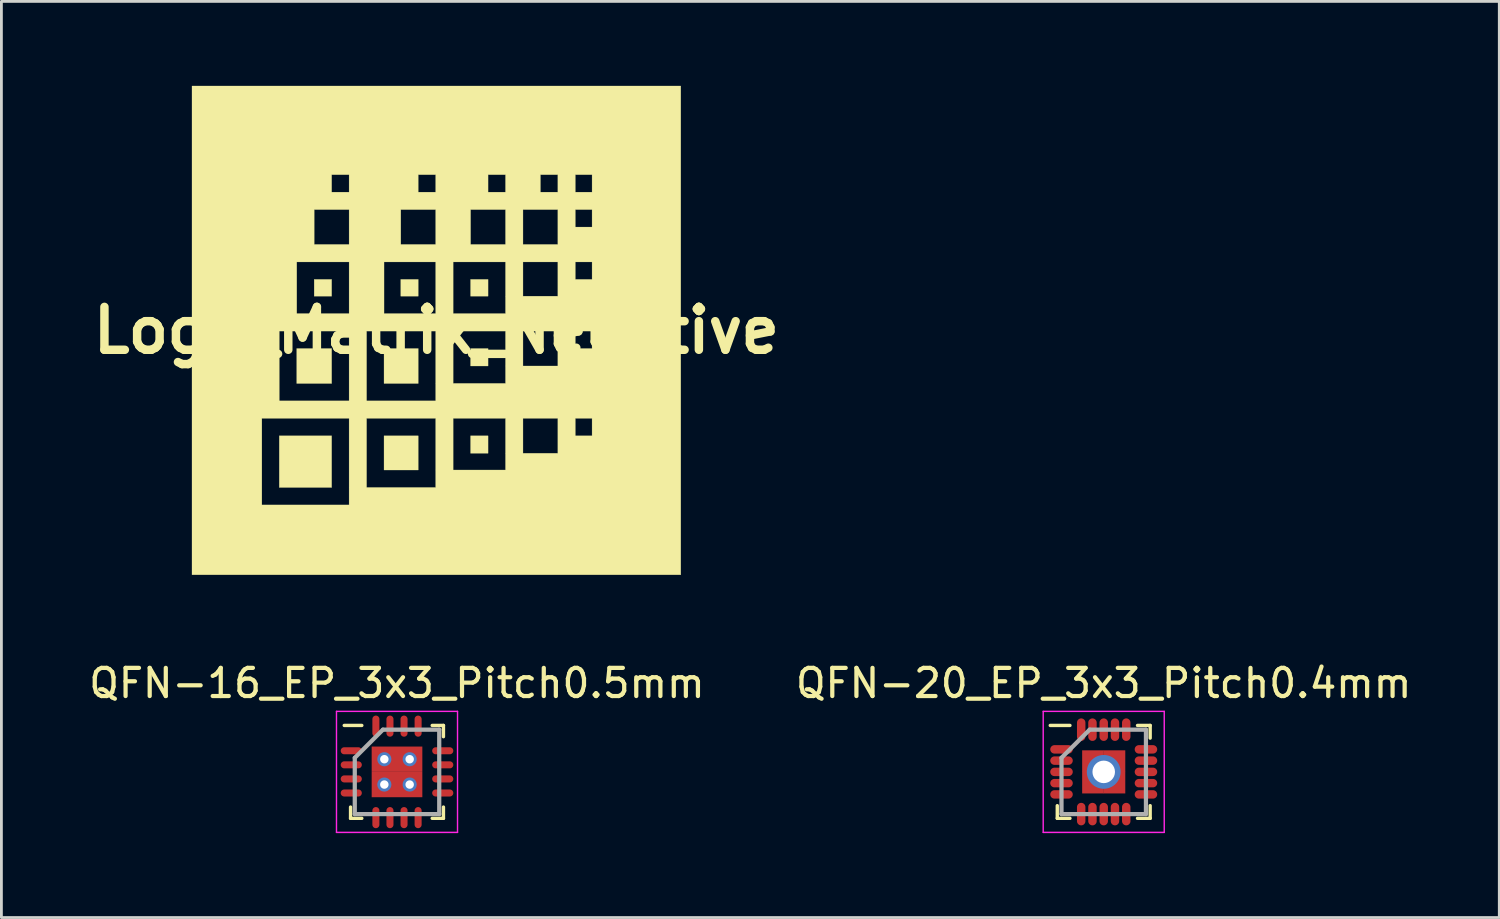
<source format=kicad_pcb>
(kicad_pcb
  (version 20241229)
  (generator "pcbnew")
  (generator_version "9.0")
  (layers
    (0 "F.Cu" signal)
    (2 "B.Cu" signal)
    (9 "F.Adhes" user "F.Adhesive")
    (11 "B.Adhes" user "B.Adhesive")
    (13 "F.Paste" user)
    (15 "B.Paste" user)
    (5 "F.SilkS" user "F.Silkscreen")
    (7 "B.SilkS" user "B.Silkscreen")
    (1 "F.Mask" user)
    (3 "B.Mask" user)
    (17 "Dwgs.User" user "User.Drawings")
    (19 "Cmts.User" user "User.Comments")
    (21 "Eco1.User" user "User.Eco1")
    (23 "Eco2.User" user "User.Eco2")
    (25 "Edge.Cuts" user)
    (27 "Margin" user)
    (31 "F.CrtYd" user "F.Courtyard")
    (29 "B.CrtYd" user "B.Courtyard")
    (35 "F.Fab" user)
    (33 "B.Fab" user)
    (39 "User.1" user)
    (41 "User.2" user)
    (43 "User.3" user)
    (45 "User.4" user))
  (footprint "QFN-16_EP_3x3_Pitch0.5mm"
    (layer "F.Cu")
    (at 11.054 24.372)
    (property "Reference" "QFN-16_EP_3x3_Pitch0.5mm" (at 0 -3.15 0) (layer "F.SilkS") (effects (font (size 1 1) (thickness 0.15))))
    (attr smd)
    (fp_line (start -1.65 1.65) (end -1.65 1.25) (stroke (width 0.12) (type solid)) (layer "F.SilkS"))
    (fp_line (start -1.25 -1.65) (end -1.875 -1.65) (stroke (width 0.12) (type solid)) (layer "F.SilkS"))
    (fp_line (start -1.25 1.65) (end -1.65 1.65) (stroke (width 0.12) (type solid)) (layer "F.SilkS"))
    (fp_line (start 1.25 -1.65) (end 1.65 -1.65) (stroke (width 0.12) (type solid)) (layer "F.SilkS"))
    (fp_line (start 1.25 1.65) (end 1.65 1.65) (stroke (width 0.12) (type solid)) (layer "F.SilkS"))
    (fp_line (start 1.65 -1.65) (end 1.65 -1.25) (stroke (width 0.12) (type solid)) (layer "F.SilkS"))
    (fp_line (start 1.65 1.65) (end 1.65 1.25) (stroke (width 0.12) (type solid)) (layer "F.SilkS"))
    (fp_line (start -2.15 -2.15) (end 2.15 -2.15) (stroke (width 0.05) (type solid)) (layer "F.CrtYd"))
    (fp_line (start -2.15 2.15) (end -2.15 -2.15) (stroke (width 0.05) (type solid)) (layer "F.CrtYd"))
    (fp_line (start 2.15 -2.15) (end 2.15 2.15) (stroke (width 0.05) (type solid)) (layer "F.CrtYd"))
    (fp_line (start 2.15 2.15) (end -2.15 2.15) (stroke (width 0.05) (type solid)) (layer "F.CrtYd"))
    (fp_line (start -1.5 -0.5) (end -1.5 1.5) (stroke (width 0.15) (type solid)) (layer "F.Fab"))
    (fp_line (start -1.5 1.5) (end 1.5 1.5) (stroke (width 0.15) (type solid)) (layer "F.Fab"))
    (fp_line (start -0.5 -1.5) (end -1.5 -0.5) (stroke (width 0.15) (type solid)) (layer "F.Fab"))
    (fp_line (start 1.5 -1.5) (end -0.5 -1.5) (stroke (width 0.15) (type solid)) (layer "F.Fab"))
    (fp_line (start 1.5 1.5) (end 1.5 -1.5) (stroke (width 0.15) (type solid)) (layer "F.Fab"))
    (pad "1" smd oval (at -1.625 -0.75 90) (size 0.25 0.75) (layers "F.Cu" "F.Mask" "F.Paste"))
    (pad "2" smd oval (at -1.625 -0.25 90) (size 0.25 0.75) (layers "F.Cu" "F.Mask" "F.Paste"))
    (pad "3" smd oval (at -1.625 0.25 90) (size 0.25 0.75) (layers "F.Cu" "F.Mask" "F.Paste"))
    (pad "4" smd oval (at -1.625 0.75 90) (size 0.25 0.75) (layers "F.Cu" "F.Mask" "F.Paste"))
    (pad "5" smd oval (at -0.75 1.625) (size 0.25 0.75) (layers "F.Cu" "F.Mask" "F.Paste"))
    (pad "6" smd oval (at -0.25 1.625) (size 0.25 0.75) (layers "F.Cu" "F.Mask" "F.Paste"))
    (pad "7" smd oval (at 0.25 1.625) (size 0.25 0.75) (layers "F.Cu" "F.Mask" "F.Paste"))
    (pad "8" smd oval (at 0.75 1.625) (size 0.25 0.75) (layers "F.Cu" "F.Mask" "F.Paste"))
    (pad "9" smd oval (at 1.625 0.75 90) (size 0.25 0.75) (layers "F.Cu" "F.Mask" "F.Paste"))
    (pad "10" smd oval (at 1.625 0.25 90) (size 0.25 0.75) (layers "F.Cu" "F.Mask" "F.Paste"))
    (pad "11" smd oval (at 1.625 -0.25 90) (size 0.25 0.75) (layers "F.Cu" "F.Mask" "F.Paste"))
    (pad "12" smd oval (at 1.625 -0.75 90) (size 0.25 0.75) (layers "F.Cu" "F.Mask" "F.Paste"))
    (pad "13" smd oval (at 0.75 -1.625) (size 0.25 0.75) (layers "F.Cu" "F.Mask" "F.Paste"))
    (pad "14" smd oval (at 0.25 -1.625) (size 0.25 0.75) (layers "F.Cu" "F.Mask" "F.Paste"))
    (pad "15" smd oval (at -0.25 -1.625) (size 0.25 0.75) (layers "F.Cu" "F.Mask" "F.Paste"))
    (pad "16" smd oval (at -0.75 -1.625) (size 0.25 0.75) (layers "F.Cu" "F.Mask" "F.Paste"))
    (pad "17" thru_hole circle (at -0.45 -0.45) (size 0.5 0.5) (drill 0.3) (layers "*.Cu" "*.Mask"))
    (pad "17" smd rect (at -0.45 -0.45) (size 0.9 0.9) (layers "F.Cu" "F.Mask" "F.Paste"))
    (pad "17" thru_hole circle (at -0.45 0.45) (size 0.5 0.5) (drill 0.3) (layers "*.Cu" "*.Mask"))
    (pad "17" smd rect (at -0.45 0.45) (size 0.9 0.9) (layers "F.Cu" "F.Mask" "F.Paste"))
    (pad "17" thru_hole circle (at 0.45 -0.45) (size 0.5 0.5) (drill 0.3) (layers "*.Cu" "*.Mask"))
    (pad "17" smd rect (at 0.45 -0.45) (size 0.9 0.9) (layers "F.Cu" "F.Mask" "F.Paste"))
    (pad "17" thru_hole circle (at 0.45 0.45) (size 0.5 0.5) (drill 0.3) (layers "*.Cu" "*.Mask"))
    (pad "17" smd rect (at 0.45 0.45) (size 0.9 0.9) (layers "F.Cu" "F.Mask" "F.Paste")))
  (footprint "QFN-20_EP_3x3_Pitch0.4mm"
    (layer "F.Cu")
    (at 36.161 24.372)
    (property "Reference" "QFN-20_EP_3x3_Pitch0.4mm" (at 0 -3.15 0) (layer "F.SilkS") (effects (font (size 1 1) (thickness 0.15))))
    (attr smd)
    (fp_line (start -1.65 1.65) (end -1.65 1.2) (stroke (width 0.12) (type solid)) (layer "F.SilkS"))
    (fp_line (start -1.2 -1.65) (end -1.9 -1.65) (stroke (width 0.12) (type solid)) (layer "F.SilkS"))
    (fp_line (start -1.2 1.65) (end -1.65 1.65) (stroke (width 0.12) (type solid)) (layer "F.SilkS"))
    (fp_line (start 1.2 -1.65) (end 1.65 -1.65) (stroke (width 0.12) (type solid)) (layer "F.SilkS"))
    (fp_line (start 1.2 1.65) (end 1.65 1.65) (stroke (width 0.12) (type solid)) (layer "F.SilkS"))
    (fp_line (start 1.65 -1.65) (end 1.65 -1.2) (stroke (width 0.12) (type solid)) (layer "F.SilkS"))
    (fp_line (start 1.65 1.65) (end 1.65 1.2) (stroke (width 0.12) (type solid)) (layer "F.SilkS"))
    (fp_line (start -2.15 -2.15) (end 2.15 -2.15) (stroke (width 0.05) (type solid)) (layer "F.CrtYd"))
    (fp_line (start -2.15 2.15) (end -2.15 -2.15) (stroke (width 0.05) (type solid)) (layer "F.CrtYd"))
    (fp_line (start 2.15 -2.15) (end 2.15 2.15) (stroke (width 0.05) (type solid)) (layer "F.CrtYd"))
    (fp_line (start 2.15 2.15) (end -2.15 2.15) (stroke (width 0.05) (type solid)) (layer "F.CrtYd"))
    (fp_line (start -1.5 -0.5) (end -1.5 1.5) (stroke (width 0.15) (type solid)) (layer "F.Fab"))
    (fp_line (start -1.5 1.5) (end 1.5 1.5) (stroke (width 0.15) (type solid)) (layer "F.Fab"))
    (fp_line (start -0.5 -1.5) (end -1.5 -0.5) (stroke (width 0.15) (type solid)) (layer "F.Fab"))
    (fp_line (start 1.5 -1.5) (end -0.5 -1.5) (stroke (width 0.15) (type solid)) (layer "F.Fab"))
    (fp_line (start 1.5 1.5) (end 1.5 -1.5) (stroke (width 0.15) (type solid)) (layer "F.Fab"))
    (pad "1" smd oval (at -1.5 -0.8 90) (size 0.3 0.8) (layers "F.Cu" "F.Mask" "F.Paste"))
    (pad "2" smd oval (at -1.5 -0.4 90) (size 0.3 0.8) (layers "F.Cu" "F.Mask" "F.Paste"))
    (pad "3" smd oval (at -1.5 0 90) (size 0.3 0.8) (layers "F.Cu" "F.Mask" "F.Paste"))
    (pad "4" smd oval (at -1.5 0.4 90) (size 0.3 0.8) (layers "F.Cu" "F.Mask" "F.Paste"))
    (pad "5" smd oval (at -1.5 0.8 90) (size 0.3 0.8) (layers "F.Cu" "F.Mask" "F.Paste"))
    (pad "6" smd oval (at -0.8 1.5) (size 0.3 0.8) (layers "F.Cu" "F.Mask" "F.Paste"))
    (pad "7" smd oval (at -0.4 1.5) (size 0.3 0.8) (layers "F.Cu" "F.Mask" "F.Paste"))
    (pad "8" smd oval (at 0 1.5) (size 0.3 0.8) (layers "F.Cu" "F.Mask" "F.Paste"))
    (pad "9" smd oval (at 0.4 1.5) (size 0.3 0.8) (layers "F.Cu" "F.Mask" "F.Paste"))
    (pad "10" smd oval (at 0.8 1.5) (size 0.3 0.8) (layers "F.Cu" "F.Mask" "F.Paste"))
    (pad "11" smd oval (at 1.5 0.8 90) (size 0.3 0.8) (layers "F.Cu" "F.Mask" "F.Paste"))
    (pad "12" smd oval (at 1.5 0.4 90) (size 0.3 0.8) (layers "F.Cu" "F.Mask" "F.Paste"))
    (pad "13" smd oval (at 1.5 0 90) (size 0.3 0.8) (layers "F.Cu" "F.Mask" "F.Paste"))
    (pad "14" smd oval (at 1.5 -0.4 90) (size 0.3 0.8) (layers "F.Cu" "F.Mask" "F.Paste"))
    (pad "15" smd oval (at 1.5 -0.8 90) (size 0.3 0.8) (layers "F.Cu" "F.Mask" "F.Paste"))
    (pad "16" smd oval (at 0.8 -1.5) (size 0.3 0.8) (layers "F.Cu" "F.Mask" "F.Paste"))
    (pad "17" smd oval (at 0.4 -1.5) (size 0.3 0.8) (layers "F.Cu" "F.Mask" "F.Paste"))
    (pad "18" smd oval (at 0 -1.5) (size 0.3 0.8) (layers "F.Cu" "F.Mask" "F.Paste"))
    (pad "19" smd oval (at -0.4 -1.5) (size 0.3 0.8) (layers "F.Cu" "F.Mask" "F.Paste"))
    (pad "20" smd oval (at -0.8 -1.5) (size 0.3 0.8) (layers "F.Cu" "F.Mask" "F.Paste"))
    (pad "21" smd rect (at -0.381 -0.381) (size 0.77 0.77) (layers "F.Cu" "F.Mask" "F.Paste"))
    (pad "21" smd rect (at -0.381 0.381) (size 0.77 0.77) (layers "F.Cu" "F.Mask" "F.Paste"))
    (pad "21" thru_hole circle (at 0 0 90) (size 1.2 1.2) (drill 0.8) (layers "*.Cu" "*.Mask"))
    (pad "21" smd rect (at 0.381 -0.381) (size 0.77 0.77) (layers "F.Cu" "F.Mask" "F.Paste"))
    (pad "21" smd rect (at 0.381 0.381) (size 0.77 0.77) (layers "F.Cu" "F.Mask" "F.Paste")))
  (footprint "Logo_Matrix_Negative"
    (layer "F.Cu")
    (at 12.453 8.687)
    (property "Reference" "Logo_Matrix_Negative" (at 0 0 0) (layer "F.SilkS") (effects (font (size 1.524 1.524) (thickness 0.3))))
    (attr through_hole)
    (fp_poly (pts (xy -3.721 -1.215) (xy -4.341 -1.215) (xy -4.341 -1.811) (xy -3.721 -1.811) (xy -3.721 -1.215)) (stroke (width 0.01) (type solid)) (fill yes) (layer "F.SilkS"))
    (fp_poly (pts (xy -3.721 1.885) (xy -4.961 1.885) (xy -4.961 0.645) (xy -3.721 0.645) (xy -3.721 1.885)) (stroke (width 0.01) (type solid)) (fill yes) (layer "F.SilkS"))
    (fp_poly (pts (xy -3.721 5.581) (xy -5.581 5.581) (xy -5.581 3.746) (xy -3.721 3.746) (xy -3.721 5.581)) (stroke (width 0.01) (type solid)) (fill yes) (layer "F.SilkS"))
    (fp_poly (pts (xy -0.645 -1.215) (xy -1.265 -1.215) (xy -1.265 -1.811) (xy -0.645 -1.811) (xy -0.645 -1.215)) (stroke (width 0.01) (type solid)) (fill yes) (layer "F.SilkS"))
    (fp_poly (pts (xy -0.645 1.885) (xy -1.86 1.885) (xy -1.86 0.645) (xy -0.645 0.645) (xy -0.645 1.885)) (stroke (width 0.01) (type solid)) (fill yes) (layer "F.SilkS"))
    (fp_poly (pts (xy -0.645 4.961) (xy -1.86 4.961) (xy -1.86 3.746) (xy -0.645 3.746) (xy -0.645 4.961)) (stroke (width 0.01) (type solid)) (fill yes) (layer "F.SilkS"))
    (fp_poly (pts (xy 1.836 -1.215) (xy 1.215 -1.215) (xy 1.215 -1.811) (xy 1.836 -1.811) (xy 1.836 -1.215)) (stroke (width 0.01) (type solid)) (fill yes) (layer "F.SilkS"))
    (fp_poly (pts (xy 1.836 1.265) (xy 1.215 1.265) (xy 1.215 0.645) (xy 1.836 0.645) (xy 1.836 1.265)) (stroke (width 0.01) (type solid)) (fill yes) (layer "F.SilkS"))
    (fp_poly (pts (xy 1.836 4.366) (xy 1.215 4.366) (xy 1.215 3.746) (xy 1.836 3.746) (xy 1.836 4.366)) (stroke (width 0.01) (type solid)) (fill yes) (layer "F.SilkS"))
    (fp_poly (pts (xy 8.682 8.682) (xy -8.682 8.682) (xy -8.682 3.125) (xy -6.201 3.125) (xy -6.201 6.201) (xy -3.101 6.201) (xy -3.101 3.125) (xy -2.48 3.125) (xy -2.48 5.581) (xy -0.025 5.581) (xy -0.025 3.125) (xy 0.595 3.125) (xy 0.595 4.961) (xy 2.456 4.961) (xy 2.456 3.125) (xy 3.076 3.125) (xy 3.076 4.366) (xy 4.316 4.366) (xy 4.316 3.125) (xy 4.936 3.125) (xy 4.936 3.746) (xy 5.531 3.746) (xy 5.531 3.125) (xy 4.936 3.125) (xy 4.316 3.125) (xy 3.076 3.125) (xy 2.456 3.125) (xy 0.595 3.125) (xy -0.025 3.125) (xy -2.48 3.125) (xy -3.101 3.125) (xy -6.201 3.125) (xy -8.682 3.125) (xy -8.682 0.025) (xy -5.581 0.025) (xy -5.581 2.505) (xy -3.101 2.505) (xy -3.101 0.025) (xy -2.48 0.025) (xy -2.48 2.505) (xy -0.025 2.505) (xy -0.025 0.025) (xy 0.595 0.025) (xy 0.595 1.885) (xy 2.456 1.885) (xy 2.456 0.025) (xy 3.076 0.025) (xy 3.076 1.265) (xy 4.316 1.265) (xy 4.316 0.025) (xy 4.936 0.025) (xy 4.936 0.645) (xy 5.531 0.645) (xy 5.531 0.025) (xy 4.936 0.025) (xy 4.316 0.025) (xy 3.076 0.025) (xy 2.456 0.025) (xy 0.595 0.025) (xy -0.025 0.025) (xy -2.48 0.025) (xy -3.101 0.025) (xy -5.581 0.025) (xy -8.682 0.025) (xy -8.682 -2.431) (xy -4.961 -2.431) (xy -4.961 -0.595) (xy -3.101 -0.595) (xy -3.101 -2.431) (xy -1.86 -2.431) (xy -1.86 -0.595) (xy -0.025 -0.595) (xy -0.025 -2.431) (xy 0.595 -2.431) (xy 0.595 -0.595) (xy 2.456 -0.595) (xy 2.456 -2.431) (xy 3.076 -2.431) (xy 3.076 -1.215) (xy 4.316 -1.215) (xy 4.316 -2.431) (xy 4.936 -2.431) (xy 4.936 -1.811) (xy 5.531 -1.811) (xy 5.531 -2.431) (xy 4.936 -2.431) (xy 4.316 -2.431) (xy 3.076 -2.431) (xy 2.456 -2.431) (xy 0.595 -2.431) (xy -0.025 -2.431) (xy -1.86 -2.431) (xy -3.101 -2.431) (xy -4.961 -2.431) (xy -8.682 -2.431) (xy -8.682 -4.291) (xy -4.341 -4.291) (xy -4.341 -3.051) (xy -3.101 -3.051) (xy -3.101 -4.291) (xy -1.265 -4.291) (xy -1.265 -3.051) (xy -0.025 -3.051) (xy -0.025 -4.291) (xy 1.215 -4.291) (xy 1.215 -3.051) (xy 2.456 -3.051) (xy 2.456 -4.291) (xy 3.076 -4.291) (xy 3.076 -3.051) (xy 4.316 -3.051) (xy 4.316 -4.291) (xy 4.936 -4.291) (xy 4.936 -3.671) (xy 5.531 -3.671) (xy 5.531 -4.291) (xy 4.936 -4.291) (xy 4.316 -4.291) (xy 3.076 -4.291) (xy 2.456 -4.291) (xy 1.215 -4.291) (xy -0.025 -4.291) (xy -1.265 -4.291) (xy -3.101 -4.291) (xy -4.341 -4.291) (xy -8.682 -4.291) (xy -8.682 -5.531) (xy -3.721 -5.531) (xy -3.721 -4.911) (xy -3.101 -4.911) (xy -3.101 -5.531) (xy -0.645 -5.531) (xy -0.645 -4.911) (xy -0.025 -4.911) (xy -0.025 -5.531) (xy 1.836 -5.531) (xy 1.836 -4.911) (xy 2.456 -4.911) (xy 2.456 -5.531) (xy 3.696 -5.531) (xy 3.696 -4.911) (xy 4.316 -4.911) (xy 4.316 -5.531) (xy 4.936 -5.531) (xy 4.936 -4.911) (xy 5.531 -4.911) (xy 5.531 -5.531) (xy 4.936 -5.531) (xy 4.316 -5.531) (xy 3.696 -5.531) (xy 2.456 -5.531) (xy 1.836 -5.531) (xy -0.025 -5.531) (xy -0.645 -5.531) (xy -3.101 -5.531) (xy -3.721 -5.531) (xy -8.682 -5.531) (xy -8.682 -8.682) (xy 8.682 -8.682) (xy 8.682 8.682)) (stroke (width 0.01) (type solid)) (fill yes) (layer "F.SilkS")))
  (gr_rect
    (start -3 -3)
    (end 50.214 29.547)
    (stroke (width 0.1) (type default))
    (fill no)
    (layer "Edge.Cuts")))
</source>
